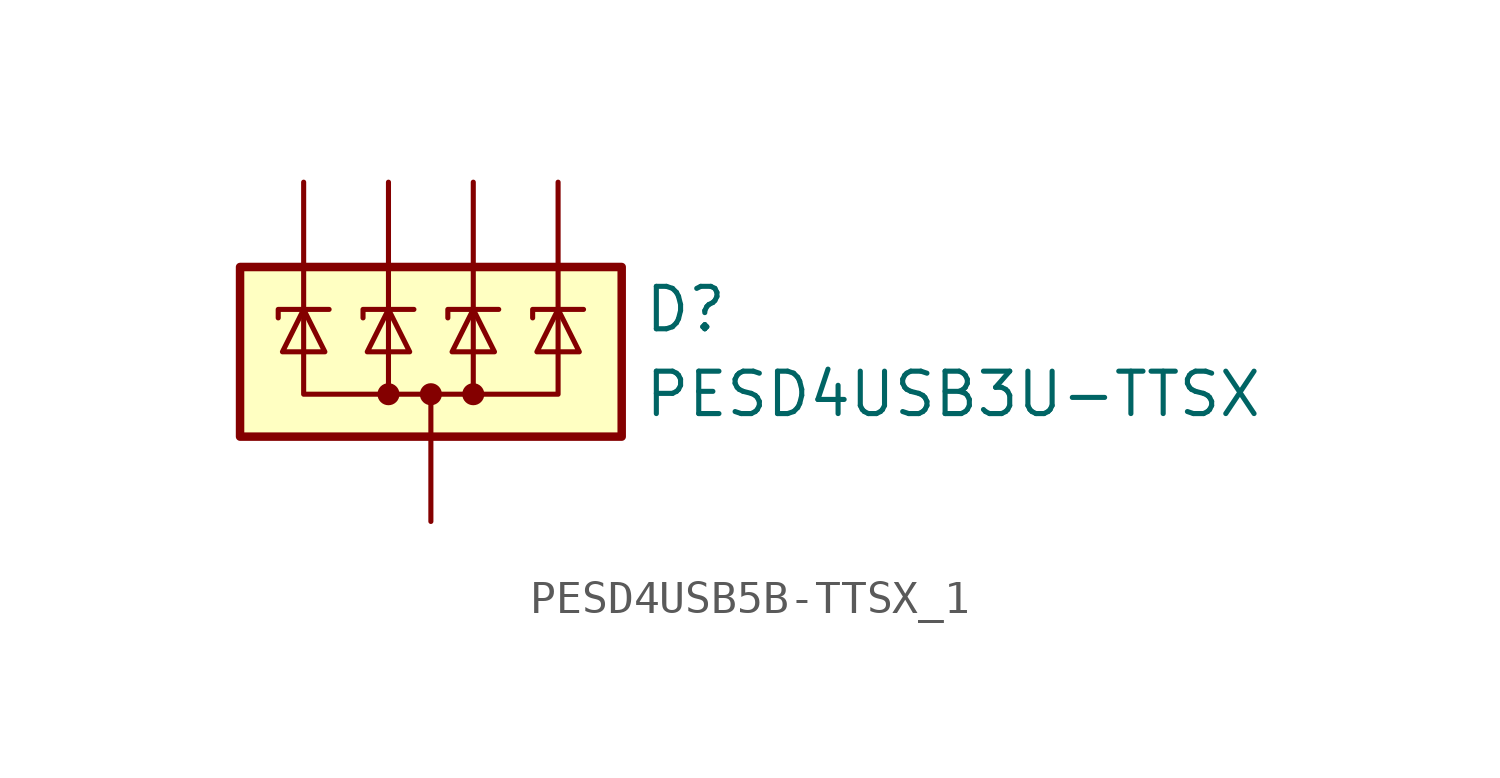
<source format=kicad_sym>
(kicad_symbol_lib
  (version 20220914)
  (generator kicad_symbol_editor)
  (symbol "PESD4USB5B-TTSX_1"
    (pin_numbers hide)
    (pin_names hide)
    (property "Reference" "D"
      (at 6.35 1.27 0)
      (effects (font (size 1.27 1.27)) (justify left)))
    (property "Value" "PESD4USB3U-TTSX"
      (at 6.35 -1.27 0)
      (effects (font (size 1.27 1.27)) (justify left)))
    (symbol "PESD4USB5B-TTSX_1_0_1"
      (rectangle (start -5.715 2.54) (end 5.715 -2.54) (stroke (width 0.254) (type default)) (fill (type background)))
      (circle (center -1.27 -1.27) (radius 0.254) (stroke (width 0) (type default)) (fill (type outline)))
      (circle (center 0 -1.27) (radius 0.254) (stroke (width 0) (type default)) (fill (type outline)))
      (polyline (pts (xy -3.81 2.54) (xy -3.81 1.27)) (stroke (width 0) (type default)) (fill (type none)))
      (polyline (pts (xy -1.27 -1.27) (xy -1.27 1.27)) (stroke (width 0) (type default)) (fill (type none)))
      (polyline (pts (xy -1.27 2.54) (xy -1.27 1.27)) (stroke (width 0) (type default)) (fill (type none)))
      (polyline (pts (xy 0 -1.27) (xy 0 -2.54)) (stroke (width 0) (type default)) (fill (type none)))
      (polyline (pts (xy 1.27 2.54) (xy 1.27 1.27)) (stroke (width 0) (type default)) (fill (type none)))
      (polyline (pts (xy 3.81 2.54) (xy 3.81 1.27)) (stroke (width 0) (type default)) (fill (type none)))
      (polyline (pts (xy -4.572 1.016) (xy -4.572 1.27) (xy -3.048 1.27)) (stroke (width 0) (type default)) (fill (type none)))
      (polyline (pts (xy -0.508 1.27) (xy -2.032 1.27) (xy -2.032 1.016)) (stroke (width 0) (type default)) (fill (type none)))
      (polyline (pts (xy 3.81 1.27) (xy 3.81 -1.27) (xy 1.27 -1.27)) (stroke (width 0) (type default)) (fill (type none)))
      (polyline (pts (xy -3.81 1.27) (xy -3.81 -1.27) (xy 1.27 -1.27) (xy 1.27 1.27)) (stroke (width 0) (type default)) (fill (type none)))
      (polyline (pts (xy -3.81 1.27) (xy -3.175 0) (xy -4.445 0) (xy -3.81 1.27)) (stroke (width 0) (type default)) (fill (type none)))
      (polyline (pts (xy -0.635 0) (xy -1.905 0) (xy -1.27 1.27) (xy -0.635 0)) (stroke (width 0) (type default)) (fill (type none)))
      (polyline (pts (xy 0.508 1.016) (xy 0.508 1.27) (xy 1.905 1.27) (xy 2.032 1.27)) (stroke (width 0) (type default)) (fill (type none)))
      (polyline (pts (xy 1.27 1.27) (xy 0.635 0) (xy 1.905 0) (xy 1.27 1.27)) (stroke (width 0) (type default)) (fill (type none)))
      (polyline (pts (xy 3.048 1.016) (xy 3.048 1.27) (xy 4.445 1.27) (xy 4.572 1.27)) (stroke (width 0) (type default)) (fill (type none)))
      (polyline (pts (xy 3.81 1.27) (xy 3.175 0) (xy 4.445 0) (xy 3.81 1.27)) (stroke (width 0) (type default)) (fill (type none)))
      (circle (center 1.27 -1.27) (radius 0.254) (stroke (width 0) (type default)) (fill (type outline))))
    (symbol "PESD4USB5B-TTSX_1_1_0"
      (pin passive line (at 0 -5.08 90) (length 2.54) (name "A" (effects (font (size 1.27 1.27)))) (number "3" (effects (font (size 1.27 1.27)))))
      (pin passive line (at 0 -5.08 90) (length 2.54) hide (name "A" (effects (font (size 1.27 1.27)))) (number "8" (effects (font (size 1.27 1.27))))))
    (symbol "PESD4USB5B-TTSX_1_1_1"
      (pin passive line (at -3.81 5.08 270) (length 2.54) (name "K" (effects (font (size 1.27 1.27)))) (number "1" (effects (font (size 1.27 1.27)))))
      (pin passive line (at -3.81 5.08 270) (length 2.54) hide (name "K" (effects (font (size 1.27 1.27)))) (number "10" (effects (font (size 1.27 1.27)))))
      (pin passive line (at -1.27 5.08 270) (length 2.54) (name "K" (effects (font (size 1.27 1.27)))) (number "2" (effects (font (size 1.27 1.27)))))
      (pin passive line (at 1.27 5.08 270) (length 2.54) (name "K" (effects (font (size 1.27 1.27)))) (number "4" (effects (font (size 1.27 1.27)))))
      (pin passive line (at 3.81 5.08 270) (length 2.54) (name "K" (effects (font (size 1.27 1.27)))) (number "5" (effects (font (size 1.27 1.27)))))
      (pin passive line (at 3.81 5.08 270) (length 2.54) hide (name "K" (effects (font (size 1.27 1.27)))) (number "6" (effects (font (size 1.27 1.27)))))
      (pin passive line (at 1.27 5.08 270) (length 2.54) hide (name "K" (effects (font (size 1.27 1.27)))) (number "7" (effects (font (size 1.27 1.27)))))
      (pin passive line (at -1.27 5.08 270) (length 2.54) hide (name "K" (effects (font (size 1.27 1.27)))) (number "9" (effects (font (size 1.27 1.27))))))))
</source>
